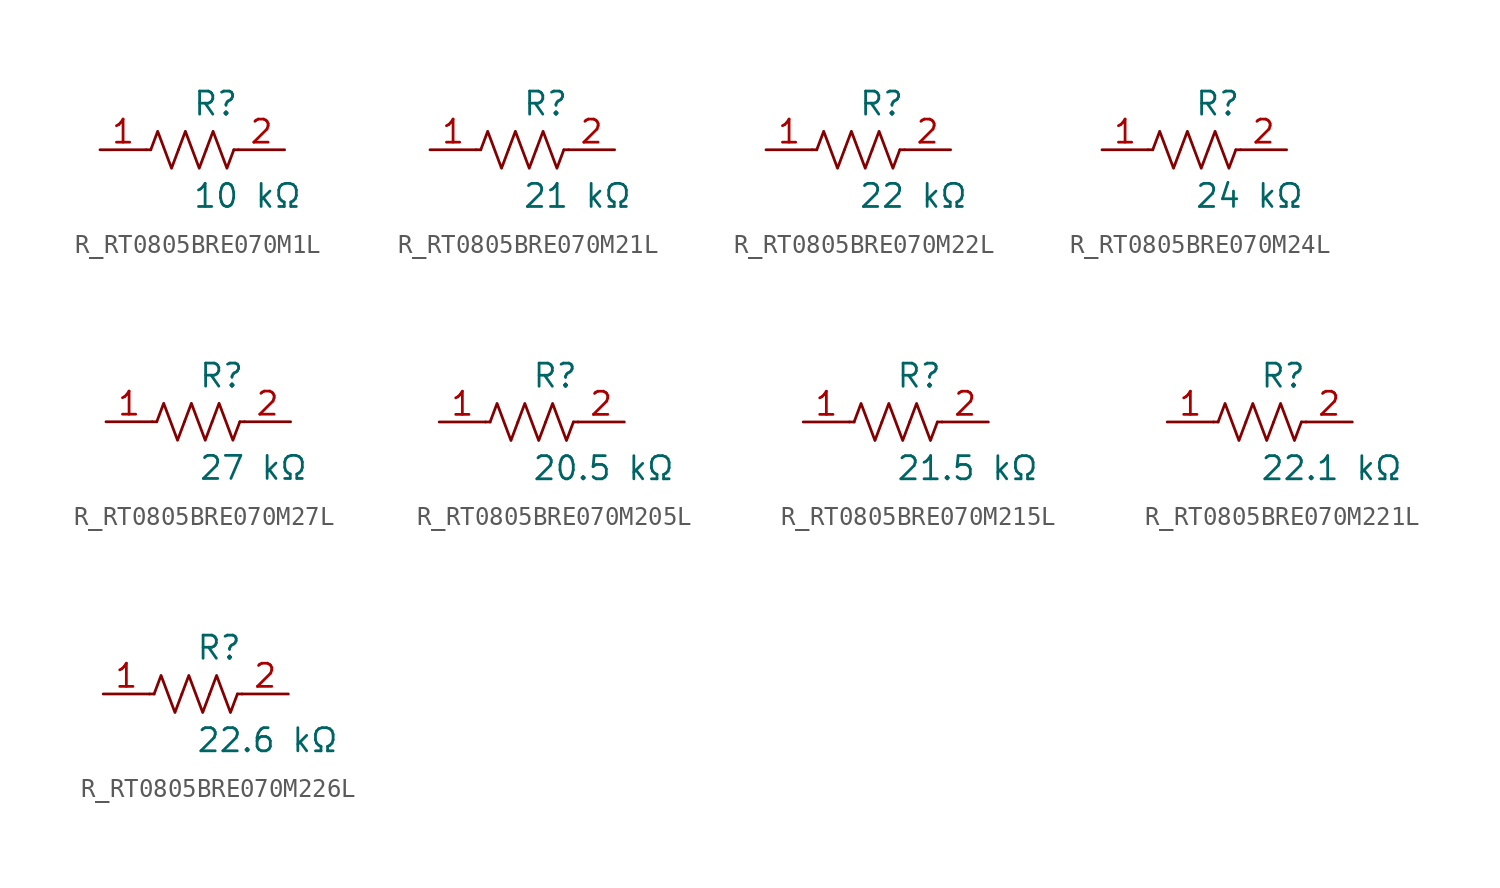
<source format=kicad_sym>
(kicad_symbol_lib
  (version 20231120)
  (generator kicad_symbol_editor)
  (generator_version 8.0)
  (symbol "R_RT0805BRE070M1L"
    (pin_names
      (offset 0.254))
    (property "Reference" "R"
      (at 0.0 2.54 0)
      (effects (font (size 1.27 1.27)) (justify left)))
    (property "Value" "10 kΩ"
      (at 0.0 -2.54 0)
      (effects (font (size 1.27 1.27)) (justify left)))
    (symbol "R_RT0805BRE070M1L_0_1"
      (polyline (pts (xy 2.286 0) (xy 2.54 0)) (stroke (width 0) (type default)) (fill (type none)))
      (polyline (pts (xy -2.286 0) (xy -2.54 0)) (stroke (width 0) (type default)) (fill (type none)))
      (polyline (pts (xy 0.762 0) (xy 1.143 1.016) (xy 1.524 0) (xy 1.905 -1.016) (xy 2.286 0)) (stroke (width 0) (type default)) (fill (type none)))
      (polyline (pts (xy -0.762 0) (xy -0.381 1.016) (xy 0 0) (xy 0.381 -1.016) (xy 0.762 0)) (stroke (width 0) (type default)) (fill (type none)))
      (polyline (pts (xy -2.286 0) (xy -1.905 1.016) (xy -1.524 0) (xy -1.143 -1.016) (xy -0.762 0)) (stroke (width 0) (type default)) (fill (type none))))
    (pin unspecified line
      (at -5.08 0 0)
      (length 2.54)
      (name "" (effects (font (size 1.27 1.27))))
      (number "1" (effects (font (size 1.27 1.27)))))
    (pin unspecified line
      (at 5.08 0 180)
      (length 2.54)
      (name "" (effects (font (size 1.27 1.27))))
      (number "2" (effects (font (size 1.27 1.27))))))
  (symbol "R_RT0805BRE070M21L"
    (pin_names
      (offset 0.254))
    (property "Reference" "R"
      (at 0.0 2.54 0)
      (effects (font (size 1.27 1.27)) (justify left)))
    (property "Value" "21 kΩ"
      (at 0.0 -2.54 0)
      (effects (font (size 1.27 1.27)) (justify left)))
    (symbol "R_RT0805BRE070M21L_0_1"
      (polyline (pts (xy 2.286 0) (xy 2.54 0)) (stroke (width 0) (type default)) (fill (type none)))
      (polyline (pts (xy -2.286 0) (xy -2.54 0)) (stroke (width 0) (type default)) (fill (type none)))
      (polyline (pts (xy 0.762 0) (xy 1.143 1.016) (xy 1.524 0) (xy 1.905 -1.016) (xy 2.286 0)) (stroke (width 0) (type default)) (fill (type none)))
      (polyline (pts (xy -0.762 0) (xy -0.381 1.016) (xy 0 0) (xy 0.381 -1.016) (xy 0.762 0)) (stroke (width 0) (type default)) (fill (type none)))
      (polyline (pts (xy -2.286 0) (xy -1.905 1.016) (xy -1.524 0) (xy -1.143 -1.016) (xy -0.762 0)) (stroke (width 0) (type default)) (fill (type none))))
    (pin unspecified line
      (at -5.08 0 0)
      (length 2.54)
      (name "" (effects (font (size 1.27 1.27))))
      (number "1" (effects (font (size 1.27 1.27)))))
    (pin unspecified line
      (at 5.08 0 180)
      (length 2.54)
      (name "" (effects (font (size 1.27 1.27))))
      (number "2" (effects (font (size 1.27 1.27))))))
  (symbol "R_RT0805BRE070M22L"
    (pin_names
      (offset 0.254))
    (property "Reference" "R"
      (at 0.0 2.54 0)
      (effects (font (size 1.27 1.27)) (justify left)))
    (property "Value" "22 kΩ"
      (at 0.0 -2.54 0)
      (effects (font (size 1.27 1.27)) (justify left)))
    (symbol "R_RT0805BRE070M22L_0_1"
      (polyline (pts (xy 2.286 0) (xy 2.54 0)) (stroke (width 0) (type default)) (fill (type none)))
      (polyline (pts (xy -2.286 0) (xy -2.54 0)) (stroke (width 0) (type default)) (fill (type none)))
      (polyline (pts (xy 0.762 0) (xy 1.143 1.016) (xy 1.524 0) (xy 1.905 -1.016) (xy 2.286 0)) (stroke (width 0) (type default)) (fill (type none)))
      (polyline (pts (xy -0.762 0) (xy -0.381 1.016) (xy 0 0) (xy 0.381 -1.016) (xy 0.762 0)) (stroke (width 0) (type default)) (fill (type none)))
      (polyline (pts (xy -2.286 0) (xy -1.905 1.016) (xy -1.524 0) (xy -1.143 -1.016) (xy -0.762 0)) (stroke (width 0) (type default)) (fill (type none))))
    (pin unspecified line
      (at -5.08 0 0)
      (length 2.54)
      (name "" (effects (font (size 1.27 1.27))))
      (number "1" (effects (font (size 1.27 1.27)))))
    (pin unspecified line
      (at 5.08 0 180)
      (length 2.54)
      (name "" (effects (font (size 1.27 1.27))))
      (number "2" (effects (font (size 1.27 1.27))))))
  (symbol "R_RT0805BRE070M24L"
    (pin_names
      (offset 0.254))
    (property "Reference" "R"
      (at 0.0 2.54 0)
      (effects (font (size 1.27 1.27)) (justify left)))
    (property "Value" "24 kΩ"
      (at 0.0 -2.54 0)
      (effects (font (size 1.27 1.27)) (justify left)))
    (symbol "R_RT0805BRE070M24L_0_1"
      (polyline (pts (xy 2.286 0) (xy 2.54 0)) (stroke (width 0) (type default)) (fill (type none)))
      (polyline (pts (xy -2.286 0) (xy -2.54 0)) (stroke (width 0) (type default)) (fill (type none)))
      (polyline (pts (xy 0.762 0) (xy 1.143 1.016) (xy 1.524 0) (xy 1.905 -1.016) (xy 2.286 0)) (stroke (width 0) (type default)) (fill (type none)))
      (polyline (pts (xy -0.762 0) (xy -0.381 1.016) (xy 0 0) (xy 0.381 -1.016) (xy 0.762 0)) (stroke (width 0) (type default)) (fill (type none)))
      (polyline (pts (xy -2.286 0) (xy -1.905 1.016) (xy -1.524 0) (xy -1.143 -1.016) (xy -0.762 0)) (stroke (width 0) (type default)) (fill (type none))))
    (pin unspecified line
      (at -5.08 0 0)
      (length 2.54)
      (name "" (effects (font (size 1.27 1.27))))
      (number "1" (effects (font (size 1.27 1.27)))))
    (pin unspecified line
      (at 5.08 0 180)
      (length 2.54)
      (name "" (effects (font (size 1.27 1.27))))
      (number "2" (effects (font (size 1.27 1.27))))))
  (symbol "R_RT0805BRE070M27L"
    (pin_names
      (offset 0.254))
    (property "Reference" "R"
      (at 0.0 2.54 0)
      (effects (font (size 1.27 1.27)) (justify left)))
    (property "Value" "27 kΩ"
      (at 0.0 -2.54 0)
      (effects (font (size 1.27 1.27)) (justify left)))
    (symbol "R_RT0805BRE070M27L_0_1"
      (polyline (pts (xy 2.286 0) (xy 2.54 0)) (stroke (width 0) (type default)) (fill (type none)))
      (polyline (pts (xy -2.286 0) (xy -2.54 0)) (stroke (width 0) (type default)) (fill (type none)))
      (polyline (pts (xy 0.762 0) (xy 1.143 1.016) (xy 1.524 0) (xy 1.905 -1.016) (xy 2.286 0)) (stroke (width 0) (type default)) (fill (type none)))
      (polyline (pts (xy -0.762 0) (xy -0.381 1.016) (xy 0 0) (xy 0.381 -1.016) (xy 0.762 0)) (stroke (width 0) (type default)) (fill (type none)))
      (polyline (pts (xy -2.286 0) (xy -1.905 1.016) (xy -1.524 0) (xy -1.143 -1.016) (xy -0.762 0)) (stroke (width 0) (type default)) (fill (type none))))
    (pin unspecified line
      (at -5.08 0 0)
      (length 2.54)
      (name "" (effects (font (size 1.27 1.27))))
      (number "1" (effects (font (size 1.27 1.27)))))
    (pin unspecified line
      (at 5.08 0 180)
      (length 2.54)
      (name "" (effects (font (size 1.27 1.27))))
      (number "2" (effects (font (size 1.27 1.27))))))
  (symbol "R_RT0805BRE070M205L"
    (pin_names
      (offset 0.254))
    (property "Reference" "R"
      (at 0.0 2.54 0)
      (effects (font (size 1.27 1.27)) (justify left)))
    (property "Value" "20.5 kΩ"
      (at 0.0 -2.54 0)
      (effects (font (size 1.27 1.27)) (justify left)))
    (symbol "R_RT0805BRE070M205L_0_1"
      (polyline (pts (xy 2.286 0) (xy 2.54 0)) (stroke (width 0) (type default)) (fill (type none)))
      (polyline (pts (xy -2.286 0) (xy -2.54 0)) (stroke (width 0) (type default)) (fill (type none)))
      (polyline (pts (xy 0.762 0) (xy 1.143 1.016) (xy 1.524 0) (xy 1.905 -1.016) (xy 2.286 0)) (stroke (width 0) (type default)) (fill (type none)))
      (polyline (pts (xy -0.762 0) (xy -0.381 1.016) (xy 0 0) (xy 0.381 -1.016) (xy 0.762 0)) (stroke (width 0) (type default)) (fill (type none)))
      (polyline (pts (xy -2.286 0) (xy -1.905 1.016) (xy -1.524 0) (xy -1.143 -1.016) (xy -0.762 0)) (stroke (width 0) (type default)) (fill (type none))))
    (pin unspecified line
      (at -5.08 0 0)
      (length 2.54)
      (name "" (effects (font (size 1.27 1.27))))
      (number "1" (effects (font (size 1.27 1.27)))))
    (pin unspecified line
      (at 5.08 0 180)
      (length 2.54)
      (name "" (effects (font (size 1.27 1.27))))
      (number "2" (effects (font (size 1.27 1.27))))))
  (symbol "R_RT0805BRE070M215L"
    (pin_names
      (offset 0.254))
    (property "Reference" "R"
      (at 0.0 2.54 0)
      (effects (font (size 1.27 1.27)) (justify left)))
    (property "Value" "21.5 kΩ"
      (at 0.0 -2.54 0)
      (effects (font (size 1.27 1.27)) (justify left)))
    (symbol "R_RT0805BRE070M215L_0_1"
      (polyline (pts (xy 2.286 0) (xy 2.54 0)) (stroke (width 0) (type default)) (fill (type none)))
      (polyline (pts (xy -2.286 0) (xy -2.54 0)) (stroke (width 0) (type default)) (fill (type none)))
      (polyline (pts (xy 0.762 0) (xy 1.143 1.016) (xy 1.524 0) (xy 1.905 -1.016) (xy 2.286 0)) (stroke (width 0) (type default)) (fill (type none)))
      (polyline (pts (xy -0.762 0) (xy -0.381 1.016) (xy 0 0) (xy 0.381 -1.016) (xy 0.762 0)) (stroke (width 0) (type default)) (fill (type none)))
      (polyline (pts (xy -2.286 0) (xy -1.905 1.016) (xy -1.524 0) (xy -1.143 -1.016) (xy -0.762 0)) (stroke (width 0) (type default)) (fill (type none))))
    (pin unspecified line
      (at -5.08 0 0)
      (length 2.54)
      (name "" (effects (font (size 1.27 1.27))))
      (number "1" (effects (font (size 1.27 1.27)))))
    (pin unspecified line
      (at 5.08 0 180)
      (length 2.54)
      (name "" (effects (font (size 1.27 1.27))))
      (number "2" (effects (font (size 1.27 1.27))))))
  (symbol "R_RT0805BRE070M221L"
    (pin_names
      (offset 0.254))
    (property "Reference" "R"
      (at 0.0 2.54 0)
      (effects (font (size 1.27 1.27)) (justify left)))
    (property "Value" "22.1 kΩ"
      (at 0.0 -2.54 0)
      (effects (font (size 1.27 1.27)) (justify left)))
    (symbol "R_RT0805BRE070M221L_0_1"
      (polyline (pts (xy 2.286 0) (xy 2.54 0)) (stroke (width 0) (type default)) (fill (type none)))
      (polyline (pts (xy -2.286 0) (xy -2.54 0)) (stroke (width 0) (type default)) (fill (type none)))
      (polyline (pts (xy 0.762 0) (xy 1.143 1.016) (xy 1.524 0) (xy 1.905 -1.016) (xy 2.286 0)) (stroke (width 0) (type default)) (fill (type none)))
      (polyline (pts (xy -0.762 0) (xy -0.381 1.016) (xy 0 0) (xy 0.381 -1.016) (xy 0.762 0)) (stroke (width 0) (type default)) (fill (type none)))
      (polyline (pts (xy -2.286 0) (xy -1.905 1.016) (xy -1.524 0) (xy -1.143 -1.016) (xy -0.762 0)) (stroke (width 0) (type default)) (fill (type none))))
    (pin unspecified line
      (at -5.08 0 0)
      (length 2.54)
      (name "" (effects (font (size 1.27 1.27))))
      (number "1" (effects (font (size 1.27 1.27)))))
    (pin unspecified line
      (at 5.08 0 180)
      (length 2.54)
      (name "" (effects (font (size 1.27 1.27))))
      (number "2" (effects (font (size 1.27 1.27))))))
  (symbol "R_RT0805BRE070M226L"
    (pin_names
      (offset 0.254))
    (property "Reference" "R"
      (at 0.0 2.54 0)
      (effects (font (size 1.27 1.27)) (justify left)))
    (property "Value" "22.6 kΩ"
      (at 0.0 -2.54 0)
      (effects (font (size 1.27 1.27)) (justify left)))
    (symbol "R_RT0805BRE070M226L_0_1"
      (polyline (pts (xy 2.286 0) (xy 2.54 0)) (stroke (width 0) (type default)) (fill (type none)))
      (polyline (pts (xy -2.286 0) (xy -2.54 0)) (stroke (width 0) (type default)) (fill (type none)))
      (polyline (pts (xy 0.762 0) (xy 1.143 1.016) (xy 1.524 0) (xy 1.905 -1.016) (xy 2.286 0)) (stroke (width 0) (type default)) (fill (type none)))
      (polyline (pts (xy -0.762 0) (xy -0.381 1.016) (xy 0 0) (xy 0.381 -1.016) (xy 0.762 0)) (stroke (width 0) (type default)) (fill (type none)))
      (polyline (pts (xy -2.286 0) (xy -1.905 1.016) (xy -1.524 0) (xy -1.143 -1.016) (xy -0.762 0)) (stroke (width 0) (type default)) (fill (type none))))
    (pin unspecified line
      (at -5.08 0 0)
      (length 2.54)
      (name "" (effects (font (size 1.27 1.27))))
      (number "1" (effects (font (size 1.27 1.27)))))
    (pin unspecified line
      (at 5.08 0 180)
      (length 2.54)
      (name "" (effects (font (size 1.27 1.27))))
      (number "2" (effects (font (size 1.27 1.27)))))))
</source>
